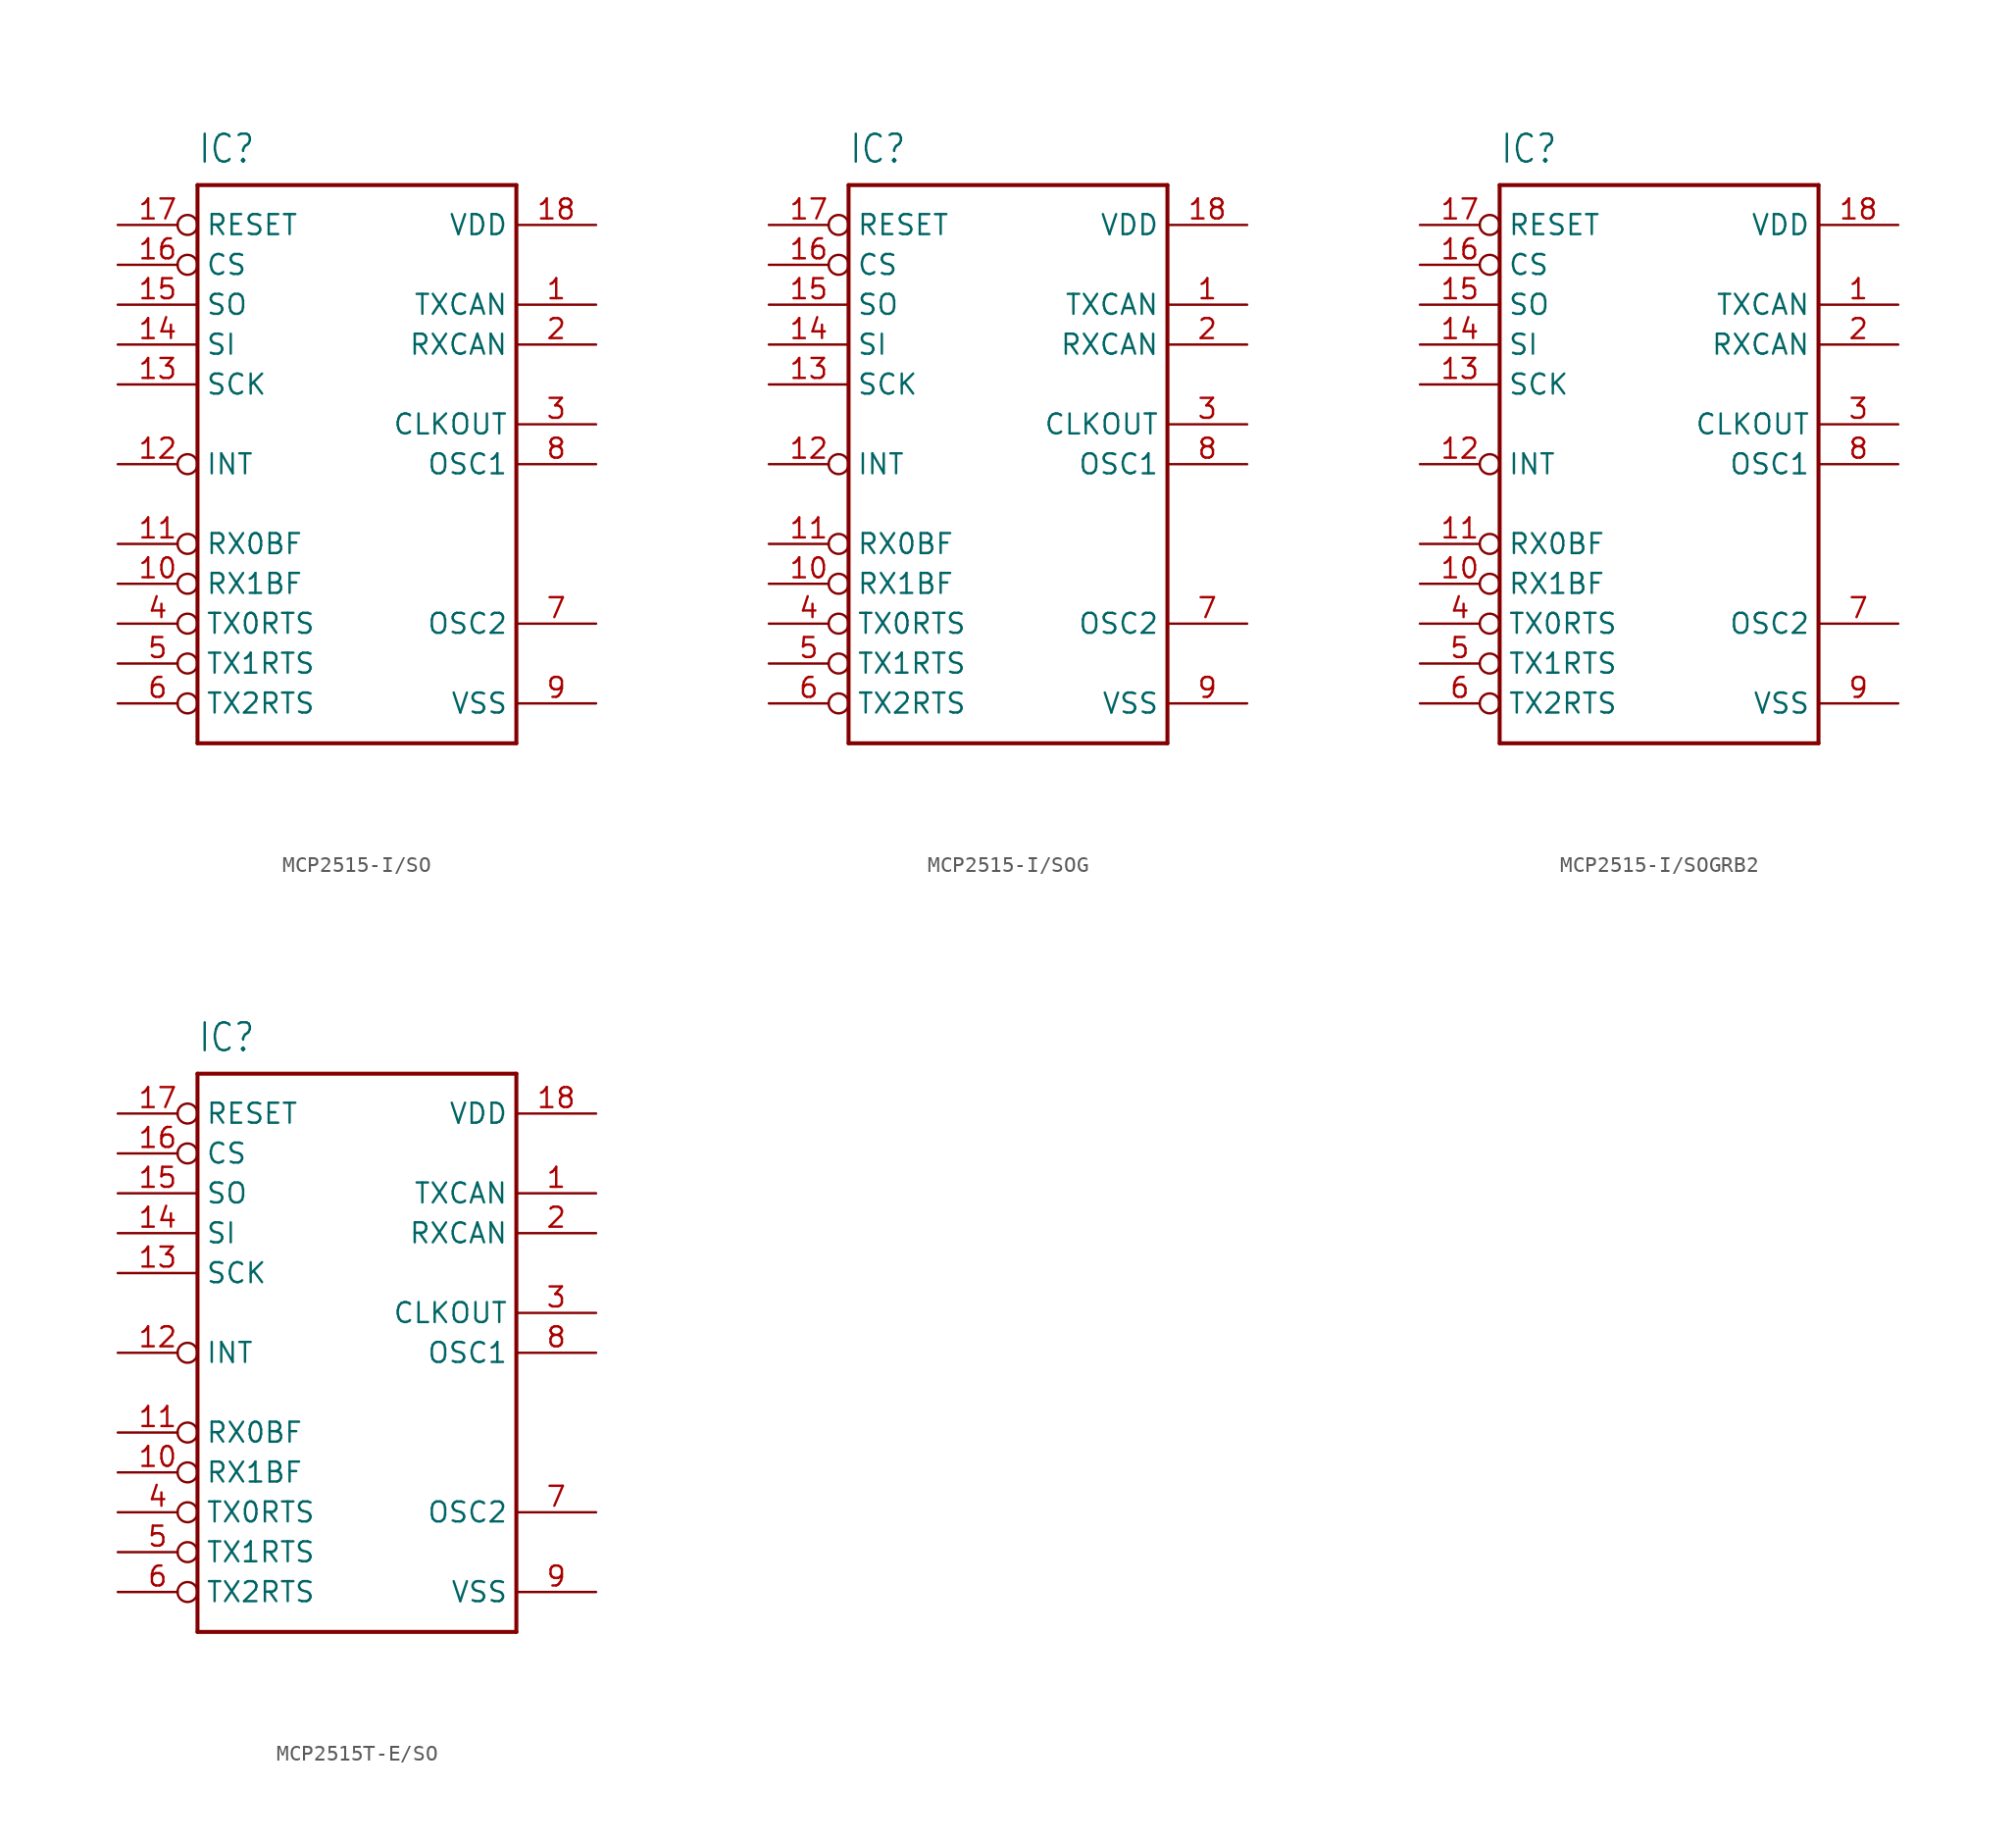
<source format=kicad_sym>
(kicad_symbol_lib
  (version 20220914)
  (generator kicad_symbol_editor)
  (symbol "MCP2515-I/SO"
    (property "Reference" "IC"
      (at -10.16 19.05 0)
      (effects (font (size 1.778 1.511)) (justify left bottom)))
    (property "Value" ""
      (at -10.16 -20.32 0)
      (effects (font (size 1.778 1.511)) (justify left bottom)))
    (property "ki_locked" ""
      (at 0 0 0)
      (effects (font (size 1.27 1.27))))
    (symbol "MCP2515-I/SO_1_0"
      (polyline (pts (xy -10.16 -17.78) (xy -10.16 17.78)) (stroke (width 0.254) (type solid)) (fill (type none)))
      (polyline (pts (xy -10.16 17.78) (xy 10.16 17.78)) (stroke (width 0.254) (type solid)) (fill (type none)))
      (polyline (pts (xy 10.16 -17.78) (xy -10.16 -17.78)) (stroke (width 0.254) (type solid)) (fill (type none)))
      (polyline (pts (xy 10.16 17.78) (xy 10.16 -17.78)) (stroke (width 0.254) (type solid)) (fill (type none)))
      (pin output line (at 15.24 10.16 180) (length 5.08) (name "TXCAN" (effects (font (size 1.27 1.27)))) (number "1" (effects (font (size 1.27 1.27)))))
      (pin output inverted (at -15.24 -7.62 0) (length 5.08) (name "RX1BF" (effects (font (size 1.27 1.27)))) (number "10" (effects (font (size 1.27 1.27)))))
      (pin output inverted (at -15.24 -5.08 0) (length 5.08) (name "RX0BF" (effects (font (size 1.27 1.27)))) (number "11" (effects (font (size 1.27 1.27)))))
      (pin output inverted (at -15.24 0 0) (length 5.08) (name "INT" (effects (font (size 1.27 1.27)))) (number "12" (effects (font (size 1.27 1.27)))))
      (pin input line (at -15.24 5.08 0) (length 5.08) (name "SCK" (effects (font (size 1.27 1.27)))) (number "13" (effects (font (size 1.27 1.27)))))
      (pin input line (at -15.24 7.62 0) (length 5.08) (name "SI" (effects (font (size 1.27 1.27)))) (number "14" (effects (font (size 1.27 1.27)))))
      (pin output line (at -15.24 10.16 0) (length 5.08) (name "SO" (effects (font (size 1.27 1.27)))) (number "15" (effects (font (size 1.27 1.27)))))
      (pin input inverted (at -15.24 12.7 0) (length 5.08) (name "CS" (effects (font (size 1.27 1.27)))) (number "16" (effects (font (size 1.27 1.27)))))
      (pin input inverted (at -15.24 15.24 0) (length 5.08) (name "RESET" (effects (font (size 1.27 1.27)))) (number "17" (effects (font (size 1.27 1.27)))))
      (pin power_in line (at 15.24 15.24 180) (length 5.08) (name "VDD" (effects (font (size 1.27 1.27)))) (number "18" (effects (font (size 1.27 1.27)))))
      (pin input line (at 15.24 7.62 180) (length 5.08) (name "RXCAN" (effects (font (size 1.27 1.27)))) (number "2" (effects (font (size 1.27 1.27)))))
      (pin output line (at 15.24 2.54 180) (length 5.08) (name "CLKOUT" (effects (font (size 1.27 1.27)))) (number "3" (effects (font (size 1.27 1.27)))))
      (pin input inverted (at -15.24 -10.16 0) (length 5.08) (name "TX0RTS" (effects (font (size 1.27 1.27)))) (number "4" (effects (font (size 1.27 1.27)))))
      (pin input inverted (at -15.24 -12.7 0) (length 5.08) (name "TX1RTS" (effects (font (size 1.27 1.27)))) (number "5" (effects (font (size 1.27 1.27)))))
      (pin input inverted (at -15.24 -15.24 0) (length 5.08) (name "TX2RTS" (effects (font (size 1.27 1.27)))) (number "6" (effects (font (size 1.27 1.27)))))
      (pin output line (at 15.24 -10.16 180) (length 5.08) (name "OSC2" (effects (font (size 1.27 1.27)))) (number "7" (effects (font (size 1.27 1.27)))))
      (pin input line (at 15.24 0 180) (length 5.08) (name "OSC1" (effects (font (size 1.27 1.27)))) (number "8" (effects (font (size 1.27 1.27)))))
      (pin power_in line (at 15.24 -15.24 180) (length 5.08) (name "VSS" (effects (font (size 1.27 1.27)))) (number "9" (effects (font (size 1.27 1.27)))))))
  (symbol "MCP2515-I/SOG"
    (property "Reference" "IC"
      (at -10.16 19.05 0)
      (effects (font (size 1.778 1.511)) (justify left bottom)))
    (property "Value" ""
      (at -10.16 -20.32 0)
      (effects (font (size 1.778 1.511)) (justify left bottom)))
    (property "ki_locked" ""
      (at 0 0 0)
      (effects (font (size 1.27 1.27))))
    (symbol "MCP2515-I/SOG_1_0"
      (polyline (pts (xy -10.16 -17.78) (xy -10.16 17.78)) (stroke (width 0.254) (type solid)) (fill (type none)))
      (polyline (pts (xy -10.16 17.78) (xy 10.16 17.78)) (stroke (width 0.254) (type solid)) (fill (type none)))
      (polyline (pts (xy 10.16 -17.78) (xy -10.16 -17.78)) (stroke (width 0.254) (type solid)) (fill (type none)))
      (polyline (pts (xy 10.16 17.78) (xy 10.16 -17.78)) (stroke (width 0.254) (type solid)) (fill (type none)))
      (pin output line (at 15.24 10.16 180) (length 5.08) (name "TXCAN" (effects (font (size 1.27 1.27)))) (number "1" (effects (font (size 1.27 1.27)))))
      (pin output inverted (at -15.24 -7.62 0) (length 5.08) (name "RX1BF" (effects (font (size 1.27 1.27)))) (number "10" (effects (font (size 1.27 1.27)))))
      (pin output inverted (at -15.24 -5.08 0) (length 5.08) (name "RX0BF" (effects (font (size 1.27 1.27)))) (number "11" (effects (font (size 1.27 1.27)))))
      (pin output inverted (at -15.24 0 0) (length 5.08) (name "INT" (effects (font (size 1.27 1.27)))) (number "12" (effects (font (size 1.27 1.27)))))
      (pin input line (at -15.24 5.08 0) (length 5.08) (name "SCK" (effects (font (size 1.27 1.27)))) (number "13" (effects (font (size 1.27 1.27)))))
      (pin input line (at -15.24 7.62 0) (length 5.08) (name "SI" (effects (font (size 1.27 1.27)))) (number "14" (effects (font (size 1.27 1.27)))))
      (pin output line (at -15.24 10.16 0) (length 5.08) (name "SO" (effects (font (size 1.27 1.27)))) (number "15" (effects (font (size 1.27 1.27)))))
      (pin input inverted (at -15.24 12.7 0) (length 5.08) (name "CS" (effects (font (size 1.27 1.27)))) (number "16" (effects (font (size 1.27 1.27)))))
      (pin input inverted (at -15.24 15.24 0) (length 5.08) (name "RESET" (effects (font (size 1.27 1.27)))) (number "17" (effects (font (size 1.27 1.27)))))
      (pin power_in line (at 15.24 15.24 180) (length 5.08) (name "VDD" (effects (font (size 1.27 1.27)))) (number "18" (effects (font (size 1.27 1.27)))))
      (pin input line (at 15.24 7.62 180) (length 5.08) (name "RXCAN" (effects (font (size 1.27 1.27)))) (number "2" (effects (font (size 1.27 1.27)))))
      (pin output line (at 15.24 2.54 180) (length 5.08) (name "CLKOUT" (effects (font (size 1.27 1.27)))) (number "3" (effects (font (size 1.27 1.27)))))
      (pin input inverted (at -15.24 -10.16 0) (length 5.08) (name "TX0RTS" (effects (font (size 1.27 1.27)))) (number "4" (effects (font (size 1.27 1.27)))))
      (pin input inverted (at -15.24 -12.7 0) (length 5.08) (name "TX1RTS" (effects (font (size 1.27 1.27)))) (number "5" (effects (font (size 1.27 1.27)))))
      (pin input inverted (at -15.24 -15.24 0) (length 5.08) (name "TX2RTS" (effects (font (size 1.27 1.27)))) (number "6" (effects (font (size 1.27 1.27)))))
      (pin output line (at 15.24 -10.16 180) (length 5.08) (name "OSC2" (effects (font (size 1.27 1.27)))) (number "7" (effects (font (size 1.27 1.27)))))
      (pin input line (at 15.24 0 180) (length 5.08) (name "OSC1" (effects (font (size 1.27 1.27)))) (number "8" (effects (font (size 1.27 1.27)))))
      (pin power_in line (at 15.24 -15.24 180) (length 5.08) (name "VSS" (effects (font (size 1.27 1.27)))) (number "9" (effects (font (size 1.27 1.27)))))))
  (symbol "MCP2515-I/SOGRB2"
    (property "Reference" "IC"
      (at -10.16 19.05 0)
      (effects (font (size 1.778 1.511)) (justify left bottom)))
    (property "Value" ""
      (at -10.16 -20.32 0)
      (effects (font (size 1.778 1.511)) (justify left bottom)))
    (property "ki_locked" ""
      (at 0 0 0)
      (effects (font (size 1.27 1.27))))
    (symbol "MCP2515-I/SOGRB2_1_0"
      (polyline (pts (xy -10.16 -17.78) (xy -10.16 17.78)) (stroke (width 0.254) (type solid)) (fill (type none)))
      (polyline (pts (xy -10.16 17.78) (xy 10.16 17.78)) (stroke (width 0.254) (type solid)) (fill (type none)))
      (polyline (pts (xy 10.16 -17.78) (xy -10.16 -17.78)) (stroke (width 0.254) (type solid)) (fill (type none)))
      (polyline (pts (xy 10.16 17.78) (xy 10.16 -17.78)) (stroke (width 0.254) (type solid)) (fill (type none)))
      (pin output line (at 15.24 10.16 180) (length 5.08) (name "TXCAN" (effects (font (size 1.27 1.27)))) (number "1" (effects (font (size 1.27 1.27)))))
      (pin output inverted (at -15.24 -7.62 0) (length 5.08) (name "RX1BF" (effects (font (size 1.27 1.27)))) (number "10" (effects (font (size 1.27 1.27)))))
      (pin output inverted (at -15.24 -5.08 0) (length 5.08) (name "RX0BF" (effects (font (size 1.27 1.27)))) (number "11" (effects (font (size 1.27 1.27)))))
      (pin output inverted (at -15.24 0 0) (length 5.08) (name "INT" (effects (font (size 1.27 1.27)))) (number "12" (effects (font (size 1.27 1.27)))))
      (pin input line (at -15.24 5.08 0) (length 5.08) (name "SCK" (effects (font (size 1.27 1.27)))) (number "13" (effects (font (size 1.27 1.27)))))
      (pin input line (at -15.24 7.62 0) (length 5.08) (name "SI" (effects (font (size 1.27 1.27)))) (number "14" (effects (font (size 1.27 1.27)))))
      (pin output line (at -15.24 10.16 0) (length 5.08) (name "SO" (effects (font (size 1.27 1.27)))) (number "15" (effects (font (size 1.27 1.27)))))
      (pin input inverted (at -15.24 12.7 0) (length 5.08) (name "CS" (effects (font (size 1.27 1.27)))) (number "16" (effects (font (size 1.27 1.27)))))
      (pin input inverted (at -15.24 15.24 0) (length 5.08) (name "RESET" (effects (font (size 1.27 1.27)))) (number "17" (effects (font (size 1.27 1.27)))))
      (pin power_in line (at 15.24 15.24 180) (length 5.08) (name "VDD" (effects (font (size 1.27 1.27)))) (number "18" (effects (font (size 1.27 1.27)))))
      (pin input line (at 15.24 7.62 180) (length 5.08) (name "RXCAN" (effects (font (size 1.27 1.27)))) (number "2" (effects (font (size 1.27 1.27)))))
      (pin output line (at 15.24 2.54 180) (length 5.08) (name "CLKOUT" (effects (font (size 1.27 1.27)))) (number "3" (effects (font (size 1.27 1.27)))))
      (pin input inverted (at -15.24 -10.16 0) (length 5.08) (name "TX0RTS" (effects (font (size 1.27 1.27)))) (number "4" (effects (font (size 1.27 1.27)))))
      (pin input inverted (at -15.24 -12.7 0) (length 5.08) (name "TX1RTS" (effects (font (size 1.27 1.27)))) (number "5" (effects (font (size 1.27 1.27)))))
      (pin input inverted (at -15.24 -15.24 0) (length 5.08) (name "TX2RTS" (effects (font (size 1.27 1.27)))) (number "6" (effects (font (size 1.27 1.27)))))
      (pin output line (at 15.24 -10.16 180) (length 5.08) (name "OSC2" (effects (font (size 1.27 1.27)))) (number "7" (effects (font (size 1.27 1.27)))))
      (pin input line (at 15.24 0 180) (length 5.08) (name "OSC1" (effects (font (size 1.27 1.27)))) (number "8" (effects (font (size 1.27 1.27)))))
      (pin power_in line (at 15.24 -15.24 180) (length 5.08) (name "VSS" (effects (font (size 1.27 1.27)))) (number "9" (effects (font (size 1.27 1.27)))))))
  (symbol "MCP2515T-E/SO"
    (property "Reference" "IC"
      (at -10.16 19.05 0)
      (effects (font (size 1.778 1.511)) (justify left bottom)))
    (property "Value" ""
      (at -10.16 -20.32 0)
      (effects (font (size 1.778 1.511)) (justify left bottom)))
    (property "ki_locked" ""
      (at 0 0 0)
      (effects (font (size 1.27 1.27))))
    (symbol "MCP2515T-E/SO_1_0"
      (polyline (pts (xy -10.16 -17.78) (xy -10.16 17.78)) (stroke (width 0.254) (type solid)) (fill (type none)))
      (polyline (pts (xy -10.16 17.78) (xy 10.16 17.78)) (stroke (width 0.254) (type solid)) (fill (type none)))
      (polyline (pts (xy 10.16 -17.78) (xy -10.16 -17.78)) (stroke (width 0.254) (type solid)) (fill (type none)))
      (polyline (pts (xy 10.16 17.78) (xy 10.16 -17.78)) (stroke (width 0.254) (type solid)) (fill (type none)))
      (pin output line (at 15.24 10.16 180) (length 5.08) (name "TXCAN" (effects (font (size 1.27 1.27)))) (number "1" (effects (font (size 1.27 1.27)))))
      (pin output inverted (at -15.24 -7.62 0) (length 5.08) (name "RX1BF" (effects (font (size 1.27 1.27)))) (number "10" (effects (font (size 1.27 1.27)))))
      (pin output inverted (at -15.24 -5.08 0) (length 5.08) (name "RX0BF" (effects (font (size 1.27 1.27)))) (number "11" (effects (font (size 1.27 1.27)))))
      (pin output inverted (at -15.24 0 0) (length 5.08) (name "INT" (effects (font (size 1.27 1.27)))) (number "12" (effects (font (size 1.27 1.27)))))
      (pin input line (at -15.24 5.08 0) (length 5.08) (name "SCK" (effects (font (size 1.27 1.27)))) (number "13" (effects (font (size 1.27 1.27)))))
      (pin input line (at -15.24 7.62 0) (length 5.08) (name "SI" (effects (font (size 1.27 1.27)))) (number "14" (effects (font (size 1.27 1.27)))))
      (pin output line (at -15.24 10.16 0) (length 5.08) (name "SO" (effects (font (size 1.27 1.27)))) (number "15" (effects (font (size 1.27 1.27)))))
      (pin input inverted (at -15.24 12.7 0) (length 5.08) (name "CS" (effects (font (size 1.27 1.27)))) (number "16" (effects (font (size 1.27 1.27)))))
      (pin input inverted (at -15.24 15.24 0) (length 5.08) (name "RESET" (effects (font (size 1.27 1.27)))) (number "17" (effects (font (size 1.27 1.27)))))
      (pin power_in line (at 15.24 15.24 180) (length 5.08) (name "VDD" (effects (font (size 1.27 1.27)))) (number "18" (effects (font (size 1.27 1.27)))))
      (pin input line (at 15.24 7.62 180) (length 5.08) (name "RXCAN" (effects (font (size 1.27 1.27)))) (number "2" (effects (font (size 1.27 1.27)))))
      (pin output line (at 15.24 2.54 180) (length 5.08) (name "CLKOUT" (effects (font (size 1.27 1.27)))) (number "3" (effects (font (size 1.27 1.27)))))
      (pin input inverted (at -15.24 -10.16 0) (length 5.08) (name "TX0RTS" (effects (font (size 1.27 1.27)))) (number "4" (effects (font (size 1.27 1.27)))))
      (pin input inverted (at -15.24 -12.7 0) (length 5.08) (name "TX1RTS" (effects (font (size 1.27 1.27)))) (number "5" (effects (font (size 1.27 1.27)))))
      (pin input inverted (at -15.24 -15.24 0) (length 5.08) (name "TX2RTS" (effects (font (size 1.27 1.27)))) (number "6" (effects (font (size 1.27 1.27)))))
      (pin output line (at 15.24 -10.16 180) (length 5.08) (name "OSC2" (effects (font (size 1.27 1.27)))) (number "7" (effects (font (size 1.27 1.27)))))
      (pin input line (at 15.24 0 180) (length 5.08) (name "OSC1" (effects (font (size 1.27 1.27)))) (number "8" (effects (font (size 1.27 1.27)))))
      (pin power_in line (at 15.24 -15.24 180) (length 5.08) (name "VSS" (effects (font (size 1.27 1.27)))) (number "9" (effects (font (size 1.27 1.27))))))))
</source>
